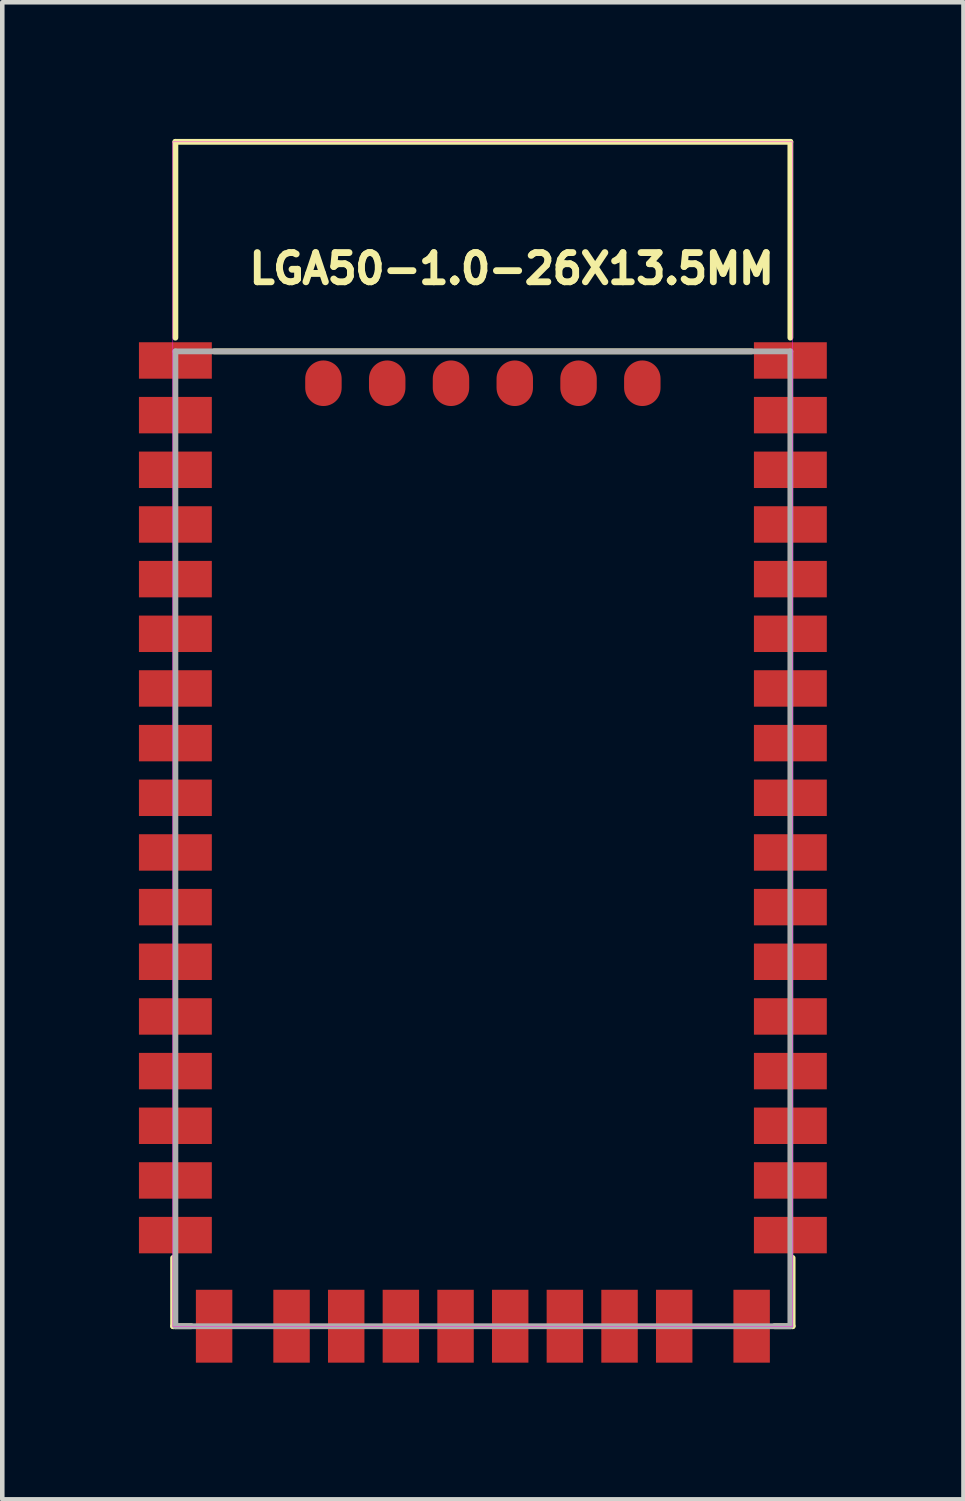
<source format=kicad_pcb>
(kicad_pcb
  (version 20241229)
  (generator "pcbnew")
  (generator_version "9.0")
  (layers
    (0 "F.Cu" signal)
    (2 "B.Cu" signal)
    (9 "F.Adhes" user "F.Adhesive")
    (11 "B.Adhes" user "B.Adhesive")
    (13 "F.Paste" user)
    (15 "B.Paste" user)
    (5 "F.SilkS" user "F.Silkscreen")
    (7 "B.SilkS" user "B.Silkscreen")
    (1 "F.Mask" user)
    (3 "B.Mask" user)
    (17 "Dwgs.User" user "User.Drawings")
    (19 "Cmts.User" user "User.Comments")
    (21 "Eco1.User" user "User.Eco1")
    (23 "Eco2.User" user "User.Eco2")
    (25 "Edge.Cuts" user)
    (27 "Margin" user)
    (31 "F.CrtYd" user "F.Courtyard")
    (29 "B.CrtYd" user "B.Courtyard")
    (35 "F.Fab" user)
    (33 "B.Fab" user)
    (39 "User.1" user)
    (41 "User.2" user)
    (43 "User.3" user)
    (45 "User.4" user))
  (footprint "LGA50-1.0-26X13.5MM"
    (layer "F.Cu")
    (at 7.55 13.063)
    (property "Reference" "LGA50-1.0-26X13.5MM" (at 0.633 -10.216 0) (layer "F.SilkS") (effects (font (size 0.641 0.641) (thickness 0.15))))
    (attr smd)
    (fp_line (start -6.8 13) (end -6.8 11.5) (stroke (width 0.127) (type solid)) (layer "F.SilkS"))
    (fp_line (start -6.75 -13) (end -6.75 -8.7) (stroke (width 0.127) (type solid)) (layer "F.SilkS"))
    (fp_line (start -6.4 13) (end -6.8 13) (stroke (width 0.127) (type solid)) (layer "F.SilkS"))
    (fp_line (start -5.9 -8.4) (end 5.9 -8.4) (stroke (width 0.127) (type solid)) (layer "F.SilkS"))
    (fp_line (start 6.4 13) (end 6.8 13) (stroke (width 0.127) (type solid)) (layer "F.SilkS"))
    (fp_line (start 6.75 -13) (end -6.75 -13) (stroke (width 0.127) (type solid)) (layer "F.SilkS"))
    (fp_line (start 6.75 -8.7) (end 6.75 -13) (stroke (width 0.127) (type solid)) (layer "F.SilkS"))
    (fp_line (start 6.8 13) (end 6.8 11.5) (stroke (width 0.127) (type solid)) (layer "F.SilkS"))
    (fp_poly (pts (xy -6.806 -13) (xy 6.8 -13) (xy 6.8 13.011) (xy -6.806 13.011)) (stroke (width 0.01) (type solid)) (fill no) (layer "F.CrtYd"))
    (fp_line (start -6.75 -8.4) (end -6.75 13) (stroke (width 0.127) (type solid)) (layer "F.Fab"))
    (fp_line (start -6.75 -8.4) (end 6.75 -8.4) (stroke (width 0.127) (type solid)) (layer "F.Fab"))
    (fp_line (start -6.75 13) (end 6.75 13) (stroke (width 0.127) (type solid)) (layer "F.Fab"))
    (fp_line (start 6.75 13) (end 6.75 -8.4) (stroke (width 0.127) (type solid)) (layer "F.Fab"))
    (pad "1" smd rect (at -6.75 -8.2) (size 1.6 0.8) (layers "F.Cu" "F.Mask" "F.Paste"))
    (pad "2" smd rect (at -6.75 -7) (size 1.6 0.8) (layers "F.Cu" "F.Mask" "F.Paste"))
    (pad "3" smd rect (at -6.75 -5.8) (size 1.6 0.8) (layers "F.Cu" "F.Mask" "F.Paste"))
    (pad "4" smd rect (at -6.75 -4.6) (size 1.6 0.8) (layers "F.Cu" "F.Mask" "F.Paste"))
    (pad "5" smd rect (at -6.75 -3.4) (size 1.6 0.8) (layers "F.Cu" "F.Mask" "F.Paste"))
    (pad "6" smd rect (at -6.75 -2.2) (size 1.6 0.8) (layers "F.Cu" "F.Mask" "F.Paste"))
    (pad "7" smd rect (at -6.75 -1) (size 1.6 0.8) (layers "F.Cu" "F.Mask" "F.Paste"))
    (pad "8" smd rect (at -6.75 0.2) (size 1.6 0.8) (layers "F.Cu" "F.Mask" "F.Paste"))
    (pad "9" smd rect (at -6.75 1.4) (size 1.6 0.8) (layers "F.Cu" "F.Mask" "F.Paste"))
    (pad "10" smd rect (at -6.75 2.6) (size 1.6 0.8) (layers "F.Cu" "F.Mask" "F.Paste"))
    (pad "11" smd rect (at -6.75 3.8) (size 1.6 0.8) (layers "F.Cu" "F.Mask" "F.Paste"))
    (pad "12" smd rect (at -6.75 5) (size 1.6 0.8) (layers "F.Cu" "F.Mask" "F.Paste"))
    (pad "13" smd rect (at -6.75 6.2) (size 1.6 0.8) (layers "F.Cu" "F.Mask" "F.Paste"))
    (pad "14" smd rect (at -6.75 7.4) (size 1.6 0.8) (layers "F.Cu" "F.Mask" "F.Paste"))
    (pad "15" smd rect (at -6.75 8.6) (size 1.6 0.8) (layers "F.Cu" "F.Mask" "F.Paste"))
    (pad "16" smd rect (at -6.75 9.8) (size 1.6 0.8) (layers "F.Cu" "F.Mask" "F.Paste"))
    (pad "17" smd rect (at -6.75 11) (size 1.6 0.8) (layers "F.Cu" "F.Mask" "F.Paste"))
    (pad "18" smd rect (at -5.9 13) (size 0.8 1.6) (layers "F.Cu" "F.Mask" "F.Paste"))
    (pad "19" smd rect (at -4.2 13) (size 0.8 1.6) (layers "F.Cu" "F.Mask" "F.Paste"))
    (pad "20" smd rect (at -3 13) (size 0.8 1.6) (layers "F.Cu" "F.Mask" "F.Paste"))
    (pad "21" smd rect (at -1.8 13) (size 0.8 1.6) (layers "F.Cu" "F.Mask" "F.Paste"))
    (pad "22" smd rect (at -0.6 13) (size 0.8 1.6) (layers "F.Cu" "F.Mask" "F.Paste"))
    (pad "23" smd rect (at 0.6 13) (size 0.8 1.6) (layers "F.Cu" "F.Mask" "F.Paste"))
    (pad "24" smd rect (at 1.8 13) (size 0.8 1.6) (layers "F.Cu" "F.Mask" "F.Paste"))
    (pad "25" smd rect (at 3 13) (size 0.8 1.6) (layers "F.Cu" "F.Mask" "F.Paste"))
    (pad "26" smd rect (at 4.2 13) (size 0.8 1.6) (layers "F.Cu" "F.Mask" "F.Paste"))
    (pad "27" smd rect (at 5.9 13) (size 0.8 1.6) (layers "F.Cu" "F.Mask" "F.Paste"))
    (pad "28" smd rect (at 6.75 11) (size 1.6 0.8) (layers "F.Cu" "F.Mask" "F.Paste"))
    (pad "29" smd rect (at 6.75 9.8) (size 1.6 0.8) (layers "F.Cu" "F.Mask" "F.Paste"))
    (pad "30" smd rect (at 6.75 8.6) (size 1.6 0.8) (layers "F.Cu" "F.Mask" "F.Paste"))
    (pad "31" smd rect (at 6.75 7.4) (size 1.6 0.8) (layers "F.Cu" "F.Mask" "F.Paste"))
    (pad "32" smd rect (at 6.75 6.2) (size 1.6 0.8) (layers "F.Cu" "F.Mask" "F.Paste"))
    (pad "33" smd rect (at 6.75 5) (size 1.6 0.8) (layers "F.Cu" "F.Mask" "F.Paste"))
    (pad "34" smd rect (at 6.75 3.8) (size 1.6 0.8) (layers "F.Cu" "F.Mask" "F.Paste"))
    (pad "35" smd rect (at 6.75 2.6) (size 1.6 0.8) (layers "F.Cu" "F.Mask" "F.Paste"))
    (pad "36" smd rect (at 6.75 1.4) (size 1.6 0.8) (layers "F.Cu" "F.Mask" "F.Paste"))
    (pad "37" smd rect (at 6.75 0.2) (size 1.6 0.8) (layers "F.Cu" "F.Mask" "F.Paste"))
    (pad "38" smd rect (at 6.75 -1) (size 1.6 0.8) (layers "F.Cu" "F.Mask" "F.Paste"))
    (pad "39" smd rect (at 6.75 -2.2) (size 1.6 0.8) (layers "F.Cu" "F.Mask" "F.Paste"))
    (pad "40" smd rect (at 6.75 -3.4) (size 1.6 0.8) (layers "F.Cu" "F.Mask" "F.Paste"))
    (pad "41" smd rect (at 6.75 -4.6) (size 1.6 0.8) (layers "F.Cu" "F.Mask" "F.Paste"))
    (pad "42" smd rect (at 6.75 -5.8) (size 1.6 0.8) (layers "F.Cu" "F.Mask" "F.Paste"))
    (pad "43" smd rect (at 6.75 -7) (size 1.6 0.8) (layers "F.Cu" "F.Mask" "F.Paste"))
    (pad "44" smd rect (at 6.75 -8.2) (size 1.6 0.8) (layers "F.Cu" "F.Mask" "F.Paste"))
    (pad "45" smd oval (at 3.5 -7.7) (size 0.8 1) (layers "F.Cu" "F.Mask" "F.Paste"))
    (pad "46" smd oval (at 2.1 -7.7) (size 0.8 1) (layers "F.Cu" "F.Mask" "F.Paste"))
    (pad "47" smd oval (at 0.7 -7.7) (size 0.8 1) (layers "F.Cu" "F.Mask" "F.Paste"))
    (pad "48" smd oval (at -0.7 -7.7) (size 0.8 1) (layers "F.Cu" "F.Mask" "F.Paste"))
    (pad "49" smd oval (at -2.1 -7.7) (size 0.8 1) (layers "F.Cu" "F.Mask" "F.Paste"))
    (pad "50" smd oval (at -3.5 -7.7) (size 0.8 1) (layers "F.Cu" "F.Mask" "F.Paste")))
  (gr_rect
    (start -3 -3)
    (end 18.1 29.863)
    (stroke (width 0.1) (type default))
    (fill no)
    (layer "Edge.Cuts")))
</source>
